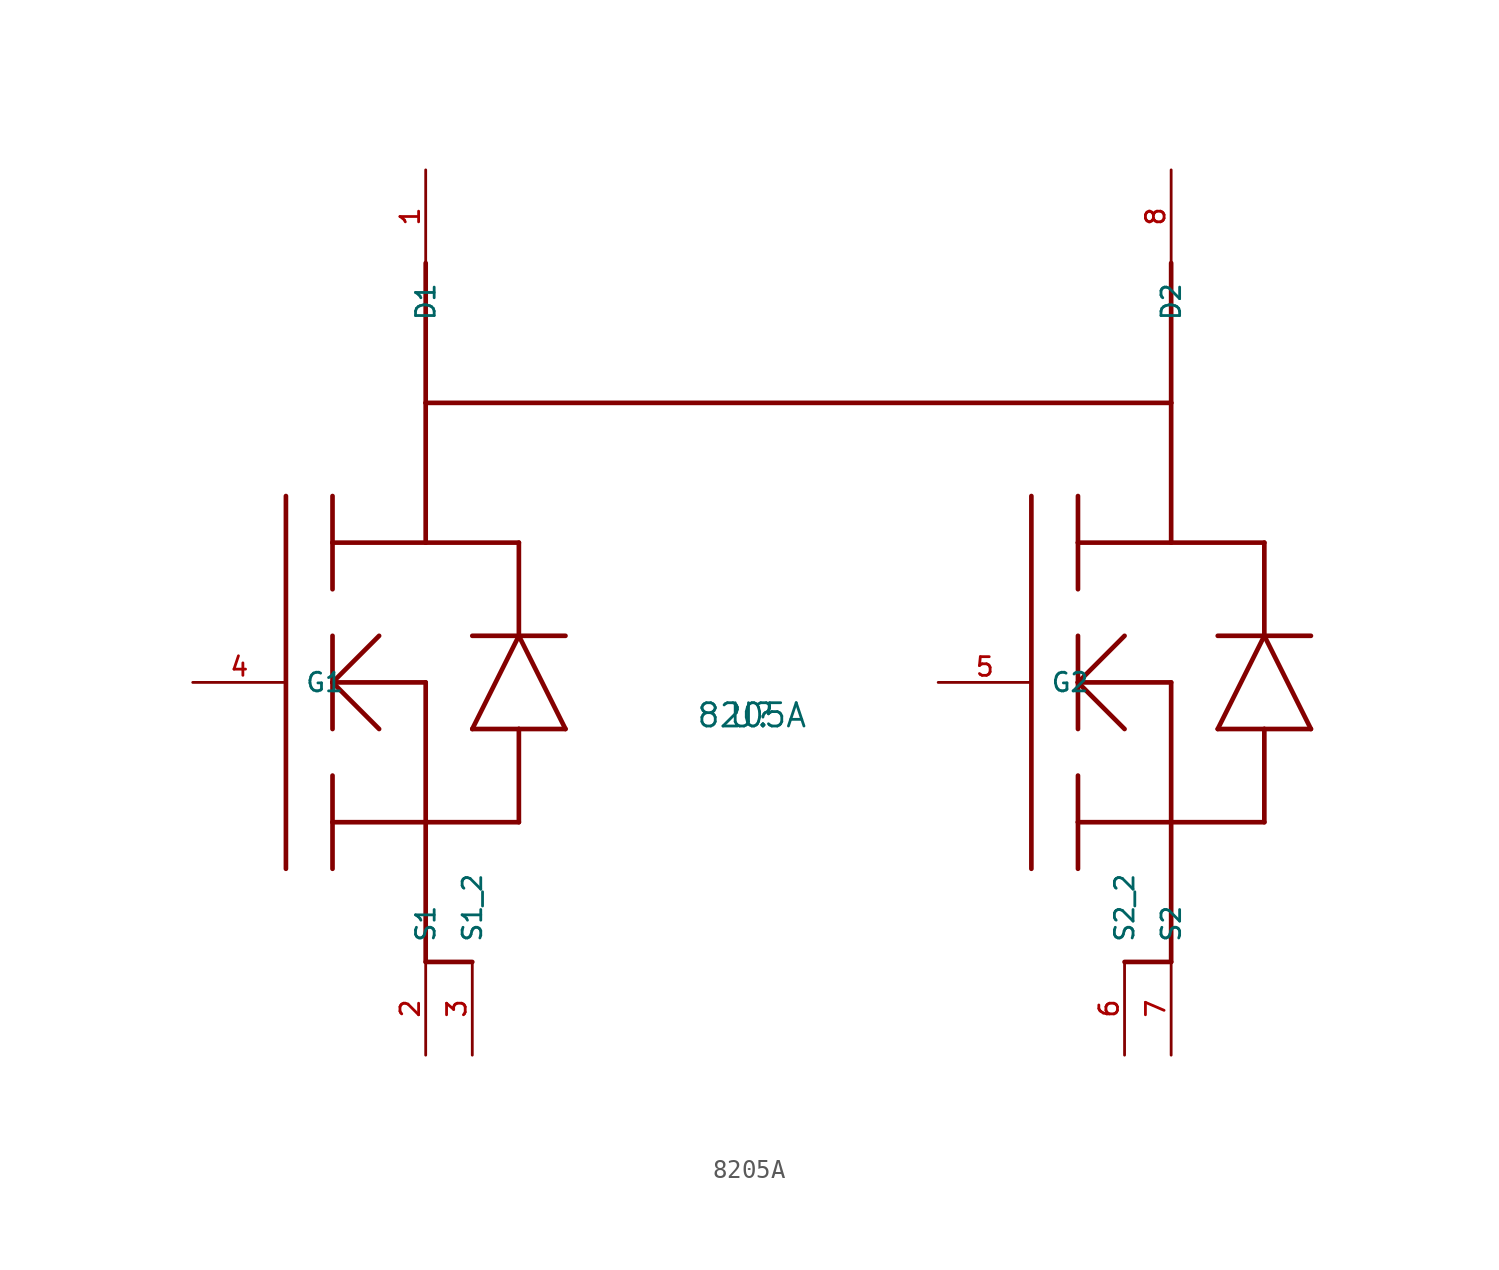
<source format=kicad_sym>
(kicad_symbol_lib
  (version 20211014)
  (generator kicad_symbol_editor)
  (symbol "8205A"
    (pin_names
      (offset 1.016))
    (property "Reference" "U"
      (at 0 0 0)
      (effects (font (size 1.27 1.27)) (justify bottom)))
    (property "Value" "8205A"
      (at 0 0.0 0)
      (effects (font (size 1.27 1.27)) (justify bottom)))
    (symbol "8205A_0_0"
      (polyline (pts (xy -25.4 12.7) (xy -25.4 -7.62)) (stroke (width 0.254)))
      (polyline (pts (xy -22.86 -7.62) (xy -22.86 -5.08)) (stroke (width 0.254)))
      (polyline (pts (xy -22.86 -5.08) (xy -22.86 -2.54)) (stroke (width 0.254)))
      (polyline (pts (xy -22.86 0.0) (xy -22.86 2.54)) (stroke (width 0.254)))
      (polyline (pts (xy -22.86 2.54) (xy -22.86 5.08)) (stroke (width 0.254)))
      (polyline (pts (xy -22.86 7.62) (xy -22.86 10.16)) (stroke (width 0.254)))
      (polyline (pts (xy -22.86 10.16) (xy -22.86 12.7)) (stroke (width 0.254)))
      (polyline (pts (xy -22.86 -5.08) (xy -17.78 -5.08)) (stroke (width 0.254)))
      (polyline (pts (xy -17.78 -5.08) (xy -17.78 2.54)) (stroke (width 0.254)))
      (polyline (pts (xy -17.78 2.54) (xy -22.86 2.54)) (stroke (width 0.254)))
      (polyline (pts (xy -22.86 2.54) (xy -20.32 5.08)) (stroke (width 0.254)))
      (polyline (pts (xy -22.86 2.54) (xy -20.32 0.0)) (stroke (width 0.254)))
      (polyline (pts (xy -22.86 10.16) (xy -17.78 10.16)) (stroke (width 0.254)))
      (polyline (pts (xy -17.78 10.16) (xy -17.78 17.78)) (stroke (width 0.254)))
      (polyline (pts (xy -17.78 17.78) (xy -17.78 25.4)) (stroke (width 0.254)))
      (polyline (pts (xy -17.78 10.16) (xy -12.7 10.16)) (stroke (width 0.254)))
      (polyline (pts (xy -12.7 10.16) (xy -12.7 5.08)) (stroke (width 0.254)))
      (polyline (pts (xy -15.24 5.08) (xy -12.7 5.08)) (stroke (width 0.254)))
      (polyline (pts (xy -12.7 5.08) (xy -10.16 5.08)) (stroke (width 0.254)))
      (polyline (pts (xy -12.7 5.08) (xy -15.24 0.0)) (stroke (width 0.254)))
      (polyline (pts (xy -15.24 0.0) (xy -12.7 0.0)) (stroke (width 0.254)))
      (polyline (pts (xy -12.7 0.0) (xy -10.16 0.0)) (stroke (width 0.254)))
      (polyline (pts (xy -10.16 0.0) (xy -12.7 5.08)) (stroke (width 0.254)))
      (polyline (pts (xy -17.78 -5.08) (xy -12.7 -5.08)) (stroke (width 0.254)))
      (polyline (pts (xy -12.7 -5.08) (xy -12.7 0.0)) (stroke (width 0.254)))
      (polyline (pts (xy -17.78 -5.08) (xy -17.78 -12.7)) (stroke (width 0.254)))
      (polyline (pts (xy 15.24 12.7) (xy 15.24 -7.62)) (stroke (width 0.254)))
      (polyline (pts (xy 17.78 -7.62) (xy 17.78 -5.08)) (stroke (width 0.254)))
      (polyline (pts (xy 17.78 -5.08) (xy 17.78 -2.54)) (stroke (width 0.254)))
      (polyline (pts (xy 17.78 0.0) (xy 17.78 2.54)) (stroke (width 0.254)))
      (polyline (pts (xy 17.78 2.54) (xy 17.78 5.08)) (stroke (width 0.254)))
      (polyline (pts (xy 17.78 7.62) (xy 17.78 10.16)) (stroke (width 0.254)))
      (polyline (pts (xy 17.78 10.16) (xy 17.78 12.7)) (stroke (width 0.254)))
      (polyline (pts (xy 17.78 -5.08) (xy 22.86 -5.08)) (stroke (width 0.254)))
      (polyline (pts (xy 22.86 -5.08) (xy 22.86 2.54)) (stroke (width 0.254)))
      (polyline (pts (xy 22.86 2.54) (xy 17.78 2.54)) (stroke (width 0.254)))
      (polyline (pts (xy 17.78 2.54) (xy 20.32 5.08)) (stroke (width 0.254)))
      (polyline (pts (xy 17.78 2.54) (xy 20.32 0.0)) (stroke (width 0.254)))
      (polyline (pts (xy 17.78 10.16) (xy 22.86 10.16)) (stroke (width 0.254)))
      (polyline (pts (xy 22.86 10.16) (xy 22.86 17.78)) (stroke (width 0.254)))
      (polyline (pts (xy 22.86 17.78) (xy 22.86 25.4)) (stroke (width 0.254)))
      (polyline (pts (xy 22.86 10.16) (xy 27.94 10.16)) (stroke (width 0.254)))
      (polyline (pts (xy 27.94 10.16) (xy 27.94 5.08)) (stroke (width 0.254)))
      (polyline (pts (xy 25.4 5.08) (xy 27.94 5.08)) (stroke (width 0.254)))
      (polyline (pts (xy 27.94 5.08) (xy 30.48 5.08)) (stroke (width 0.254)))
      (polyline (pts (xy 27.94 5.08) (xy 25.4 0.0)) (stroke (width 0.254)))
      (polyline (pts (xy 25.4 0.0) (xy 27.94 0.0)) (stroke (width 0.254)))
      (polyline (pts (xy 27.94 0.0) (xy 30.48 0.0)) (stroke (width 0.254)))
      (polyline (pts (xy 30.48 0.0) (xy 27.94 5.08)) (stroke (width 0.254)))
      (polyline (pts (xy 22.86 -5.08) (xy 27.94 -5.08)) (stroke (width 0.254)))
      (polyline (pts (xy 27.94 -5.08) (xy 27.94 0.0)) (stroke (width 0.254)))
      (polyline (pts (xy 22.86 -5.08) (xy 22.86 -12.7)) (stroke (width 0.254)))
      (polyline (pts (xy -17.78 17.78) (xy 22.86 17.78)) (stroke (width 0.254)))
      (polyline (pts (xy -15.24 -12.7) (xy -17.78 -12.7)) (stroke (width 0.254)))
      (polyline (pts (xy 20.32 -12.7) (xy 22.86 -12.7)) (stroke (width 0.254)))
      (pin bidirectional line (at -30.48 2.54 0) (length 5.08) (name "G1" (effects (font (size 1.016 1.016)))) (number "4" (effects (font (size 1.016 1.016)))))
      (pin bidirectional line (at -17.78 -17.78 90.0) (length 5.08) (name "S1" (effects (font (size 1.016 1.016)))) (number "2" (effects (font (size 1.016 1.016)))))
      (pin bidirectional line (at -17.78 30.48 270.0) (length 5.08) (name "D1" (effects (font (size 1.016 1.016)))) (number "1" (effects (font (size 1.016 1.016)))))
      (pin bidirectional line (at 10.16 2.54 0) (length 5.08) (name "G2" (effects (font (size 1.016 1.016)))) (number "5" (effects (font (size 1.016 1.016)))))
      (pin bidirectional line (at 22.86 -17.78 90.0) (length 5.08) (name "S2" (effects (font (size 1.016 1.016)))) (number "7" (effects (font (size 1.016 1.016)))))
      (pin bidirectional line (at 22.86 30.48 270.0) (length 5.08) (name "D2" (effects (font (size 1.016 1.016)))) (number "8" (effects (font (size 1.016 1.016)))))
      (pin bidirectional line (at -15.24 -17.78 90.0) (length 5.08) (name "S1_2" (effects (font (size 1.016 1.016)))) (number "3" (effects (font (size 1.016 1.016)))))
      (pin bidirectional line (at 20.32 -17.78 90.0) (length 5.08) (name "S2_2" (effects (font (size 1.016 1.016)))) (number "6" (effects (font (size 1.016 1.016))))))))
</source>
